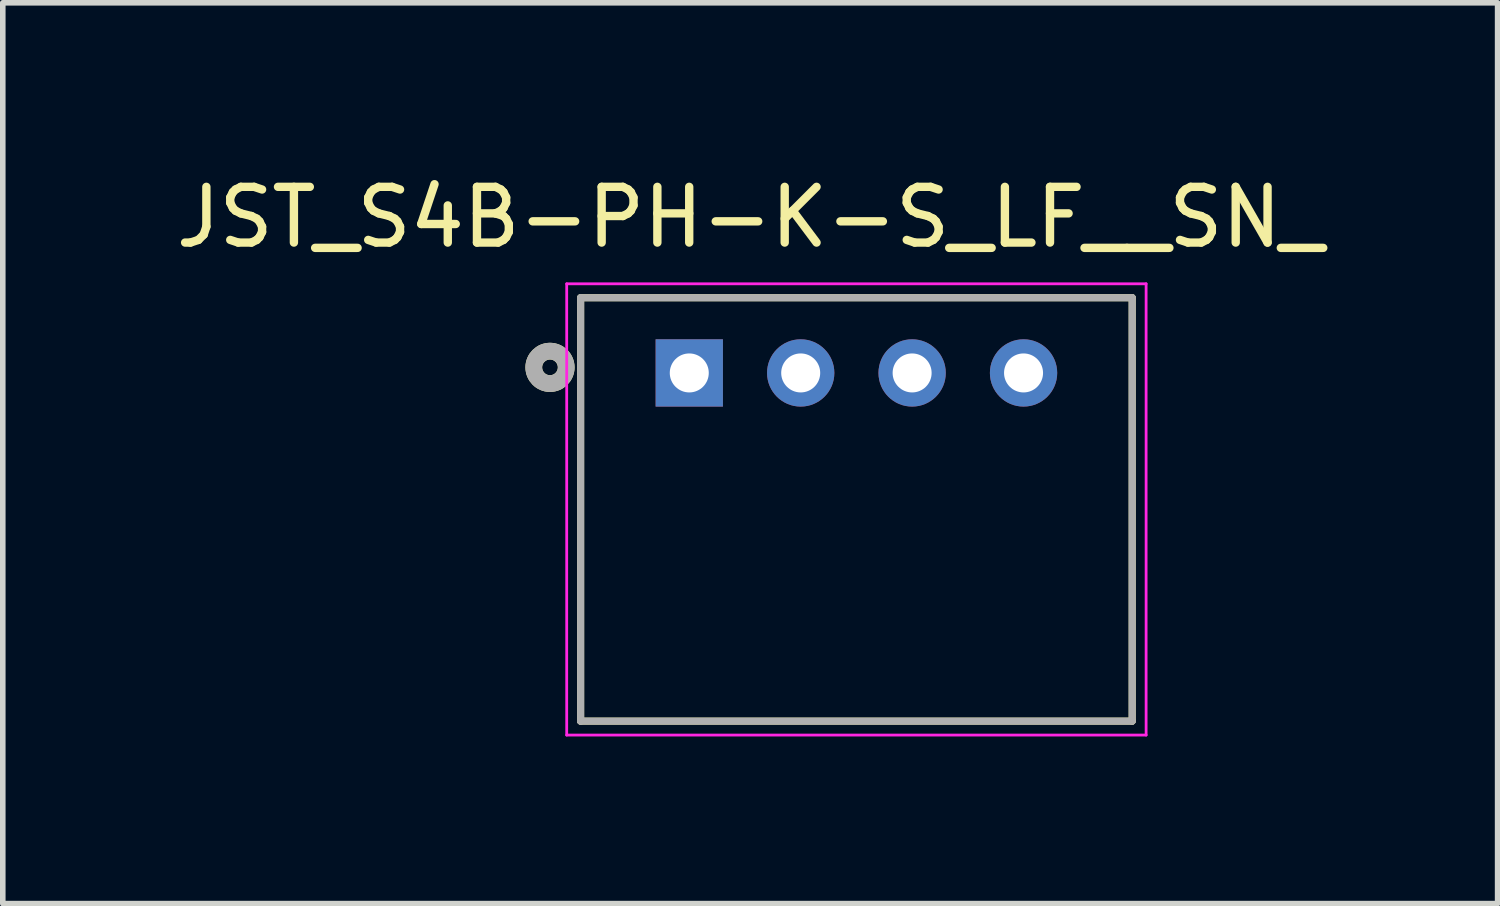
<source format=kicad_pcb>
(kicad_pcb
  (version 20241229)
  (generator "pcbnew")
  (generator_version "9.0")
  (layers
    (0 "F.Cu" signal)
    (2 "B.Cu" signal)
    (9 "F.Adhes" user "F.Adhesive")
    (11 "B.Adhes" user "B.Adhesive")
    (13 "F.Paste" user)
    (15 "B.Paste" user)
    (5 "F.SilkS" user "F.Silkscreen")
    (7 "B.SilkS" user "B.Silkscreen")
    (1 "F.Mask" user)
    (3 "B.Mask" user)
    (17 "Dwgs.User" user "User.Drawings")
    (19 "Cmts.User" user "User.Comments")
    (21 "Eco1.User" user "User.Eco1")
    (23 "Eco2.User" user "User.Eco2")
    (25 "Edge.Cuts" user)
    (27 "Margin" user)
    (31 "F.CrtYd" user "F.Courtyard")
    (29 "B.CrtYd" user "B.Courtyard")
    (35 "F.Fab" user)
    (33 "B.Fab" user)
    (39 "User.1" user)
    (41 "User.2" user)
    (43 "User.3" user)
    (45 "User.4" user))
  (footprint "JST_S4B-PH-K-S_LF__SN_"
    (layer "F.Cu")
    (at 12.322 3.644)
    (property "Reference" "JST_S4B-PH-K-S_LF__SN_" (at -1.906 -2.795 0) (layer "F.SilkS") (effects (font (size 1 1) (thickness 0.15))))
    (attr through_hole)
    (fp_line (start -4.95 -1.35) (end 4.95 -1.35) (stroke (width 0.127) (type solid)) (layer "F.SilkS"))
    (fp_line (start -4.95 6.25) (end -4.95 -1.35) (stroke (width 0.127) (type solid)) (layer "F.SilkS"))
    (fp_line (start 4.95 -1.35) (end 4.95 6.25) (stroke (width 0.127) (type solid)) (layer "F.SilkS"))
    (fp_line (start 4.95 6.25) (end -4.95 6.25) (stroke (width 0.127) (type solid)) (layer "F.SilkS"))
    (fp_circle (center -5.5 -0.1) (end -5.359 -0.1) (stroke (width 0.3) (type solid)) (fill no) (layer "F.SilkS"))
    (fp_line (start -5.2 -1.6) (end 5.2 -1.6) (stroke (width 0.05) (type solid)) (layer "F.CrtYd"))
    (fp_line (start -5.2 6.5) (end -5.2 -1.6) (stroke (width 0.05) (type solid)) (layer "F.CrtYd"))
    (fp_line (start 5.2 -1.6) (end 5.2 6.5) (stroke (width 0.05) (type solid)) (layer "F.CrtYd"))
    (fp_line (start 5.2 6.5) (end -5.2 6.5) (stroke (width 0.05) (type solid)) (layer "F.CrtYd"))
    (fp_line (start -4.95 -1.35) (end 4.95 -1.35) (stroke (width 0.127) (type solid)) (layer "F.Fab"))
    (fp_line (start -4.95 6.25) (end -4.95 -1.35) (stroke (width 0.127) (type solid)) (layer "F.Fab"))
    (fp_line (start 4.95 -1.35) (end 4.95 6.25) (stroke (width 0.127) (type solid)) (layer "F.Fab"))
    (fp_line (start 4.95 6.25) (end -4.95 6.25) (stroke (width 0.127) (type solid)) (layer "F.Fab"))
    (fp_circle (center -5.5 -0.1) (end -5.359 -0.1) (stroke (width 0.3) (type solid)) (fill no) (layer "F.Fab"))
    (pad "1" thru_hole rect (at -3 0) (size 1.208 1.208) (drill 0.7) (layers "*.Cu" "*.Mask"))
    (pad "2" thru_hole circle (at -1 0) (size 1.208 1.208) (drill 0.7) (layers "*.Cu" "*.Mask"))
    (pad "3" thru_hole circle (at 1 0) (size 1.208 1.208) (drill 0.7) (layers "*.Cu" "*.Mask"))
    (pad "4" thru_hole circle (at 3 0) (size 1.208 1.208) (drill 0.7) (layers "*.Cu" "*.Mask")))
  (gr_rect
    (start -3 -3)
    (end 23.831 13.169)
    (stroke (width 0.1) (type default))
    (fill no)
    (layer "Edge.Cuts")))
</source>
